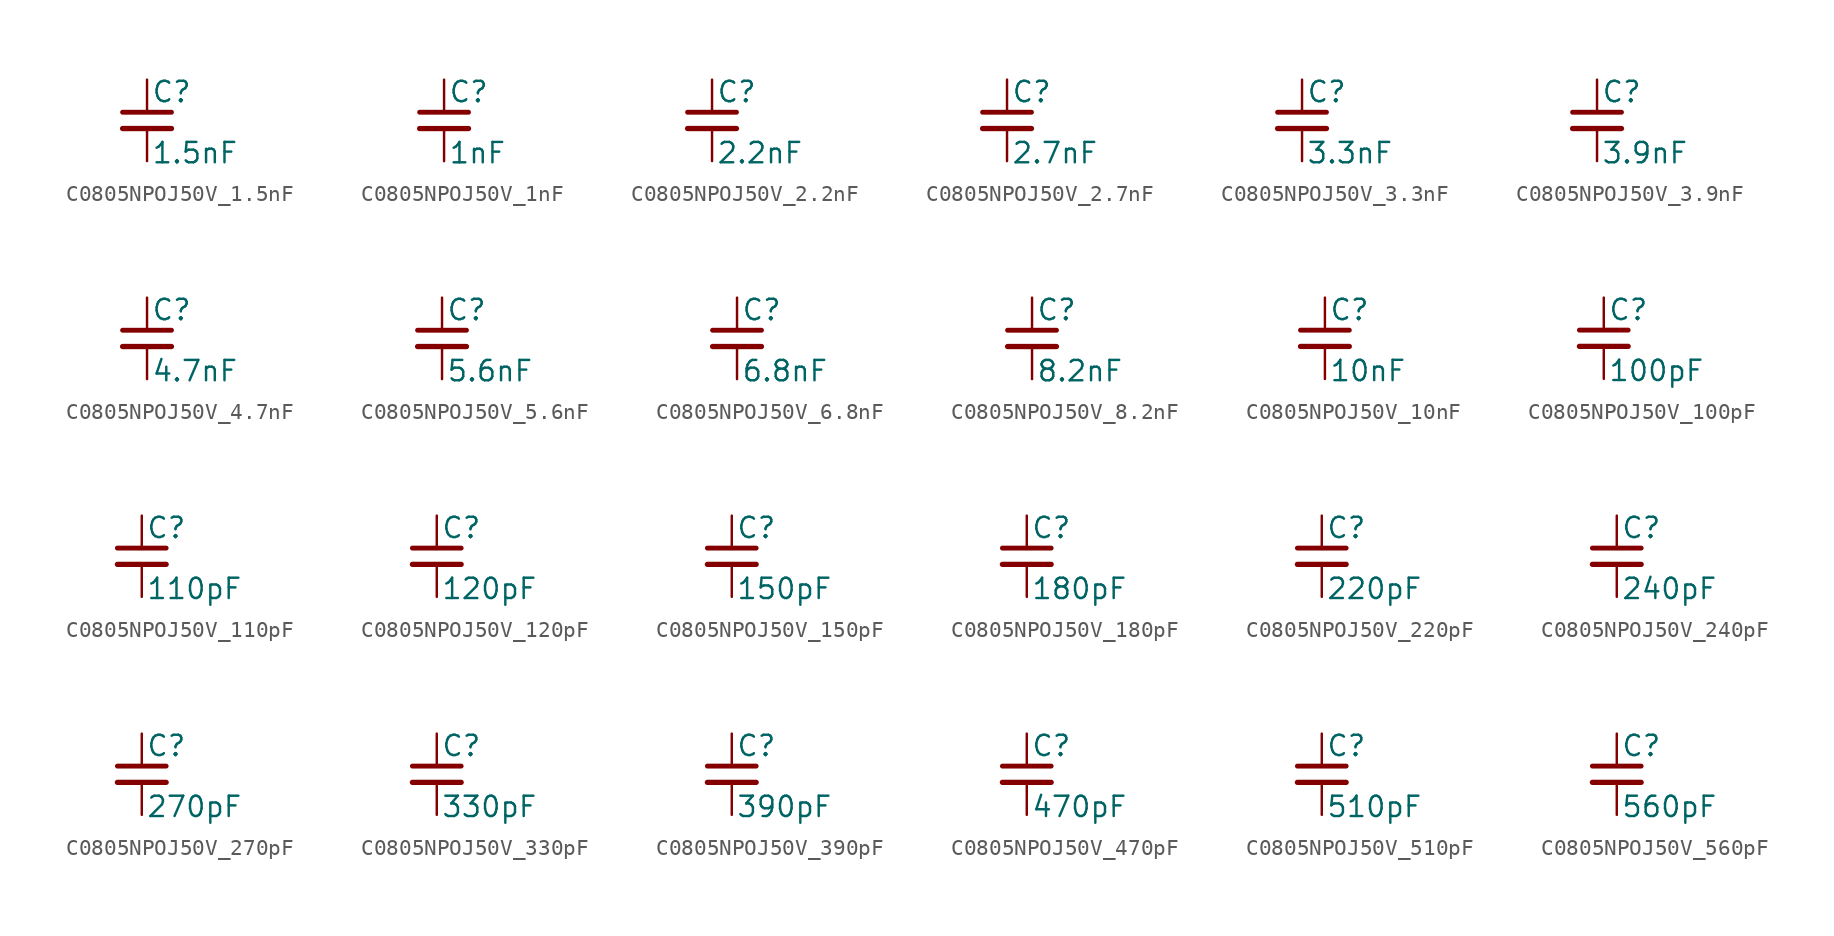
<source format=kicad_sym>
(kicad_symbol_lib
  (version 20220914)
  (generator kicad_symbol_editor)
  (symbol "C0805NPOJ50V_1.5nF"
    (pin_numbers hide)
    (pin_names
      (offset 0.254) hide)
    (property "Reference" "C"
      (at 0.254 1.778 0)
      (effects (font (size 1.27 1.27)) (justify left)))
    (property "Value" "1.5nF"
      (at 0.254 -2.032 0)
      (effects (font (size 1.27 1.27)) (justify left)))
    (symbol "C0805NPOJ50V_1.5nF_0_1"
      (polyline (pts (xy -1.524 -0.508) (xy 1.524 -0.508)) (stroke (width 0.33) (type default)) (fill (type none)))
      (polyline (pts (xy -1.524 0.508) (xy 1.524 0.508)) (stroke (width 0.305) (type default)) (fill (type none))))
    (symbol "C0805NPOJ50V_1.5nF_1_1"
      (pin passive line (at 0 2.54 270) (length 2.032) (name "~" (effects (font (size 1.27 1.27)))) (number "1" (effects (font (size 1.27 1.27)))))
      (pin passive line (at 0 -2.54 90) (length 2.032) (name "~" (effects (font (size 1.27 1.27)))) (number "2" (effects (font (size 1.27 1.27)))))))
  (symbol "C0805NPOJ50V_1nF"
    (pin_numbers hide)
    (pin_names
      (offset 0.254) hide)
    (property "Reference" "C"
      (at 0.254 1.778 0)
      (effects (font (size 1.27 1.27)) (justify left)))
    (property "Value" "1nF"
      (at 0.254 -2.032 0)
      (effects (font (size 1.27 1.27)) (justify left)))
    (symbol "C0805NPOJ50V_1nF_0_1"
      (polyline (pts (xy -1.524 -0.508) (xy 1.524 -0.508)) (stroke (width 0.33) (type default)) (fill (type none)))
      (polyline (pts (xy -1.524 0.508) (xy 1.524 0.508)) (stroke (width 0.305) (type default)) (fill (type none))))
    (symbol "C0805NPOJ50V_1nF_1_1"
      (pin passive line (at 0 2.54 270) (length 2.032) (name "~" (effects (font (size 1.27 1.27)))) (number "1" (effects (font (size 1.27 1.27)))))
      (pin passive line (at 0 -2.54 90) (length 2.032) (name "~" (effects (font (size 1.27 1.27)))) (number "2" (effects (font (size 1.27 1.27)))))))
  (symbol "C0805NPOJ50V_2.2nF"
    (pin_numbers hide)
    (pin_names
      (offset 0.254) hide)
    (property "Reference" "C"
      (at 0.254 1.778 0)
      (effects (font (size 1.27 1.27)) (justify left)))
    (property "Value" "2.2nF"
      (at 0.254 -2.032 0)
      (effects (font (size 1.27 1.27)) (justify left)))
    (symbol "C0805NPOJ50V_2.2nF_0_1"
      (polyline (pts (xy -1.524 -0.508) (xy 1.524 -0.508)) (stroke (width 0.33) (type default)) (fill (type none)))
      (polyline (pts (xy -1.524 0.508) (xy 1.524 0.508)) (stroke (width 0.305) (type default)) (fill (type none))))
    (symbol "C0805NPOJ50V_2.2nF_1_1"
      (pin passive line (at 0 2.54 270) (length 2.032) (name "~" (effects (font (size 1.27 1.27)))) (number "1" (effects (font (size 1.27 1.27)))))
      (pin passive line (at 0 -2.54 90) (length 2.032) (name "~" (effects (font (size 1.27 1.27)))) (number "2" (effects (font (size 1.27 1.27)))))))
  (symbol "C0805NPOJ50V_2.7nF"
    (pin_numbers hide)
    (pin_names
      (offset 0.254) hide)
    (property "Reference" "C"
      (at 0.254 1.778 0)
      (effects (font (size 1.27 1.27)) (justify left)))
    (property "Value" "2.7nF"
      (at 0.254 -2.032 0)
      (effects (font (size 1.27 1.27)) (justify left)))
    (symbol "C0805NPOJ50V_2.7nF_0_1"
      (polyline (pts (xy -1.524 -0.508) (xy 1.524 -0.508)) (stroke (width 0.33) (type default)) (fill (type none)))
      (polyline (pts (xy -1.524 0.508) (xy 1.524 0.508)) (stroke (width 0.305) (type default)) (fill (type none))))
    (symbol "C0805NPOJ50V_2.7nF_1_1"
      (pin passive line (at 0 2.54 270) (length 2.032) (name "~" (effects (font (size 1.27 1.27)))) (number "1" (effects (font (size 1.27 1.27)))))
      (pin passive line (at 0 -2.54 90) (length 2.032) (name "~" (effects (font (size 1.27 1.27)))) (number "2" (effects (font (size 1.27 1.27)))))))
  (symbol "C0805NPOJ50V_3.3nF"
    (pin_numbers hide)
    (pin_names
      (offset 0.254) hide)
    (property "Reference" "C"
      (at 0.254 1.778 0)
      (effects (font (size 1.27 1.27)) (justify left)))
    (property "Value" "3.3nF"
      (at 0.254 -2.032 0)
      (effects (font (size 1.27 1.27)) (justify left)))
    (symbol "C0805NPOJ50V_3.3nF_0_1"
      (polyline (pts (xy -1.524 -0.508) (xy 1.524 -0.508)) (stroke (width 0.33) (type default)) (fill (type none)))
      (polyline (pts (xy -1.524 0.508) (xy 1.524 0.508)) (stroke (width 0.305) (type default)) (fill (type none))))
    (symbol "C0805NPOJ50V_3.3nF_1_1"
      (pin passive line (at 0 2.54 270) (length 2.032) (name "~" (effects (font (size 1.27 1.27)))) (number "1" (effects (font (size 1.27 1.27)))))
      (pin passive line (at 0 -2.54 90) (length 2.032) (name "~" (effects (font (size 1.27 1.27)))) (number "2" (effects (font (size 1.27 1.27)))))))
  (symbol "C0805NPOJ50V_3.9nF"
    (pin_numbers hide)
    (pin_names
      (offset 0.254) hide)
    (property "Reference" "C"
      (at 0.254 1.778 0)
      (effects (font (size 1.27 1.27)) (justify left)))
    (property "Value" "3.9nF"
      (at 0.254 -2.032 0)
      (effects (font (size 1.27 1.27)) (justify left)))
    (symbol "C0805NPOJ50V_3.9nF_0_1"
      (polyline (pts (xy -1.524 -0.508) (xy 1.524 -0.508)) (stroke (width 0.33) (type default)) (fill (type none)))
      (polyline (pts (xy -1.524 0.508) (xy 1.524 0.508)) (stroke (width 0.305) (type default)) (fill (type none))))
    (symbol "C0805NPOJ50V_3.9nF_1_1"
      (pin passive line (at 0 2.54 270) (length 2.032) (name "~" (effects (font (size 1.27 1.27)))) (number "1" (effects (font (size 1.27 1.27)))))
      (pin passive line (at 0 -2.54 90) (length 2.032) (name "~" (effects (font (size 1.27 1.27)))) (number "2" (effects (font (size 1.27 1.27)))))))
  (symbol "C0805NPOJ50V_4.7nF"
    (pin_numbers hide)
    (pin_names
      (offset 0.254) hide)
    (property "Reference" "C"
      (at 0.254 1.778 0)
      (effects (font (size 1.27 1.27)) (justify left)))
    (property "Value" "4.7nF"
      (at 0.254 -2.032 0)
      (effects (font (size 1.27 1.27)) (justify left)))
    (symbol "C0805NPOJ50V_4.7nF_0_1"
      (polyline (pts (xy -1.524 -0.508) (xy 1.524 -0.508)) (stroke (width 0.33) (type default)) (fill (type none)))
      (polyline (pts (xy -1.524 0.508) (xy 1.524 0.508)) (stroke (width 0.305) (type default)) (fill (type none))))
    (symbol "C0805NPOJ50V_4.7nF_1_1"
      (pin passive line (at 0 2.54 270) (length 2.032) (name "~" (effects (font (size 1.27 1.27)))) (number "1" (effects (font (size 1.27 1.27)))))
      (pin passive line (at 0 -2.54 90) (length 2.032) (name "~" (effects (font (size 1.27 1.27)))) (number "2" (effects (font (size 1.27 1.27)))))))
  (symbol "C0805NPOJ50V_5.6nF"
    (pin_numbers hide)
    (pin_names
      (offset 0.254) hide)
    (property "Reference" "C"
      (at 0.254 1.778 0)
      (effects (font (size 1.27 1.27)) (justify left)))
    (property "Value" "5.6nF"
      (at 0.254 -2.032 0)
      (effects (font (size 1.27 1.27)) (justify left)))
    (symbol "C0805NPOJ50V_5.6nF_0_1"
      (polyline (pts (xy -1.524 -0.508) (xy 1.524 -0.508)) (stroke (width 0.33) (type default)) (fill (type none)))
      (polyline (pts (xy -1.524 0.508) (xy 1.524 0.508)) (stroke (width 0.305) (type default)) (fill (type none))))
    (symbol "C0805NPOJ50V_5.6nF_1_1"
      (pin passive line (at 0 2.54 270) (length 2.032) (name "~" (effects (font (size 1.27 1.27)))) (number "1" (effects (font (size 1.27 1.27)))))
      (pin passive line (at 0 -2.54 90) (length 2.032) (name "~" (effects (font (size 1.27 1.27)))) (number "2" (effects (font (size 1.27 1.27)))))))
  (symbol "C0805NPOJ50V_6.8nF"
    (pin_numbers hide)
    (pin_names
      (offset 0.254) hide)
    (property "Reference" "C"
      (at 0.254 1.778 0)
      (effects (font (size 1.27 1.27)) (justify left)))
    (property "Value" "6.8nF"
      (at 0.254 -2.032 0)
      (effects (font (size 1.27 1.27)) (justify left)))
    (symbol "C0805NPOJ50V_6.8nF_0_1"
      (polyline (pts (xy -1.524 -0.508) (xy 1.524 -0.508)) (stroke (width 0.33) (type default)) (fill (type none)))
      (polyline (pts (xy -1.524 0.508) (xy 1.524 0.508)) (stroke (width 0.305) (type default)) (fill (type none))))
    (symbol "C0805NPOJ50V_6.8nF_1_1"
      (pin passive line (at 0 2.54 270) (length 2.032) (name "~" (effects (font (size 1.27 1.27)))) (number "1" (effects (font (size 1.27 1.27)))))
      (pin passive line (at 0 -2.54 90) (length 2.032) (name "~" (effects (font (size 1.27 1.27)))) (number "2" (effects (font (size 1.27 1.27)))))))
  (symbol "C0805NPOJ50V_8.2nF"
    (pin_numbers hide)
    (pin_names
      (offset 0.254) hide)
    (property "Reference" "C"
      (at 0.254 1.778 0)
      (effects (font (size 1.27 1.27)) (justify left)))
    (property "Value" "8.2nF"
      (at 0.254 -2.032 0)
      (effects (font (size 1.27 1.27)) (justify left)))
    (symbol "C0805NPOJ50V_8.2nF_0_1"
      (polyline (pts (xy -1.524 -0.508) (xy 1.524 -0.508)) (stroke (width 0.33) (type default)) (fill (type none)))
      (polyline (pts (xy -1.524 0.508) (xy 1.524 0.508)) (stroke (width 0.305) (type default)) (fill (type none))))
    (symbol "C0805NPOJ50V_8.2nF_1_1"
      (pin passive line (at 0 2.54 270) (length 2.032) (name "~" (effects (font (size 1.27 1.27)))) (number "1" (effects (font (size 1.27 1.27)))))
      (pin passive line (at 0 -2.54 90) (length 2.032) (name "~" (effects (font (size 1.27 1.27)))) (number "2" (effects (font (size 1.27 1.27)))))))
  (symbol "C0805NPOJ50V_10nF"
    (pin_numbers hide)
    (pin_names
      (offset 0.254) hide)
    (property "Reference" "C"
      (at 0.254 1.778 0)
      (effects (font (size 1.27 1.27)) (justify left)))
    (property "Value" "10nF"
      (at 0.254 -2.032 0)
      (effects (font (size 1.27 1.27)) (justify left)))
    (symbol "C0805NPOJ50V_10nF_0_1"
      (polyline (pts (xy -1.524 -0.508) (xy 1.524 -0.508)) (stroke (width 0.33) (type default)) (fill (type none)))
      (polyline (pts (xy -1.524 0.508) (xy 1.524 0.508)) (stroke (width 0.305) (type default)) (fill (type none))))
    (symbol "C0805NPOJ50V_10nF_1_1"
      (pin passive line (at 0 2.54 270) (length 2.032) (name "~" (effects (font (size 1.27 1.27)))) (number "1" (effects (font (size 1.27 1.27)))))
      (pin passive line (at 0 -2.54 90) (length 2.032) (name "~" (effects (font (size 1.27 1.27)))) (number "2" (effects (font (size 1.27 1.27)))))))
  (symbol "C0805NPOJ50V_100pF"
    (pin_numbers hide)
    (pin_names
      (offset 0.254) hide)
    (property "Reference" "C"
      (at 0.254 1.778 0)
      (effects (font (size 1.27 1.27)) (justify left)))
    (property "Value" "100pF"
      (at 0.254 -2.032 0)
      (effects (font (size 1.27 1.27)) (justify left)))
    (symbol "C0805NPOJ50V_100pF_0_1"
      (polyline (pts (xy -1.524 -0.508) (xy 1.524 -0.508)) (stroke (width 0.33) (type default)) (fill (type none)))
      (polyline (pts (xy -1.524 0.508) (xy 1.524 0.508)) (stroke (width 0.305) (type default)) (fill (type none))))
    (symbol "C0805NPOJ50V_100pF_1_1"
      (pin passive line (at 0 2.54 270) (length 2.032) (name "~" (effects (font (size 1.27 1.27)))) (number "1" (effects (font (size 1.27 1.27)))))
      (pin passive line (at 0 -2.54 90) (length 2.032) (name "~" (effects (font (size 1.27 1.27)))) (number "2" (effects (font (size 1.27 1.27)))))))
  (symbol "C0805NPOJ50V_110pF"
    (pin_numbers hide)
    (pin_names
      (offset 0.254) hide)
    (property "Reference" "C"
      (at 0.254 1.778 0)
      (effects (font (size 1.27 1.27)) (justify left)))
    (property "Value" "110pF"
      (at 0.254 -2.032 0)
      (effects (font (size 1.27 1.27)) (justify left)))
    (symbol "C0805NPOJ50V_110pF_0_1"
      (polyline (pts (xy -1.524 -0.508) (xy 1.524 -0.508)) (stroke (width 0.33) (type default)) (fill (type none)))
      (polyline (pts (xy -1.524 0.508) (xy 1.524 0.508)) (stroke (width 0.305) (type default)) (fill (type none))))
    (symbol "C0805NPOJ50V_110pF_1_1"
      (pin passive line (at 0 2.54 270) (length 2.032) (name "~" (effects (font (size 1.27 1.27)))) (number "1" (effects (font (size 1.27 1.27)))))
      (pin passive line (at 0 -2.54 90) (length 2.032) (name "~" (effects (font (size 1.27 1.27)))) (number "2" (effects (font (size 1.27 1.27)))))))
  (symbol "C0805NPOJ50V_120pF"
    (pin_numbers hide)
    (pin_names
      (offset 0.254) hide)
    (property "Reference" "C"
      (at 0.254 1.778 0)
      (effects (font (size 1.27 1.27)) (justify left)))
    (property "Value" "120pF"
      (at 0.254 -2.032 0)
      (effects (font (size 1.27 1.27)) (justify left)))
    (symbol "C0805NPOJ50V_120pF_0_1"
      (polyline (pts (xy -1.524 -0.508) (xy 1.524 -0.508)) (stroke (width 0.33) (type default)) (fill (type none)))
      (polyline (pts (xy -1.524 0.508) (xy 1.524 0.508)) (stroke (width 0.305) (type default)) (fill (type none))))
    (symbol "C0805NPOJ50V_120pF_1_1"
      (pin passive line (at 0 2.54 270) (length 2.032) (name "~" (effects (font (size 1.27 1.27)))) (number "1" (effects (font (size 1.27 1.27)))))
      (pin passive line (at 0 -2.54 90) (length 2.032) (name "~" (effects (font (size 1.27 1.27)))) (number "2" (effects (font (size 1.27 1.27)))))))
  (symbol "C0805NPOJ50V_150pF"
    (pin_numbers hide)
    (pin_names
      (offset 0.254) hide)
    (property "Reference" "C"
      (at 0.254 1.778 0)
      (effects (font (size 1.27 1.27)) (justify left)))
    (property "Value" "150pF"
      (at 0.254 -2.032 0)
      (effects (font (size 1.27 1.27)) (justify left)))
    (symbol "C0805NPOJ50V_150pF_0_1"
      (polyline (pts (xy -1.524 -0.508) (xy 1.524 -0.508)) (stroke (width 0.33) (type default)) (fill (type none)))
      (polyline (pts (xy -1.524 0.508) (xy 1.524 0.508)) (stroke (width 0.305) (type default)) (fill (type none))))
    (symbol "C0805NPOJ50V_150pF_1_1"
      (pin passive line (at 0 2.54 270) (length 2.032) (name "~" (effects (font (size 1.27 1.27)))) (number "1" (effects (font (size 1.27 1.27)))))
      (pin passive line (at 0 -2.54 90) (length 2.032) (name "~" (effects (font (size 1.27 1.27)))) (number "2" (effects (font (size 1.27 1.27)))))))
  (symbol "C0805NPOJ50V_180pF"
    (pin_numbers hide)
    (pin_names
      (offset 0.254) hide)
    (property "Reference" "C"
      (at 0.254 1.778 0)
      (effects (font (size 1.27 1.27)) (justify left)))
    (property "Value" "180pF"
      (at 0.254 -2.032 0)
      (effects (font (size 1.27 1.27)) (justify left)))
    (symbol "C0805NPOJ50V_180pF_0_1"
      (polyline (pts (xy -1.524 -0.508) (xy 1.524 -0.508)) (stroke (width 0.33) (type default)) (fill (type none)))
      (polyline (pts (xy -1.524 0.508) (xy 1.524 0.508)) (stroke (width 0.305) (type default)) (fill (type none))))
    (symbol "C0805NPOJ50V_180pF_1_1"
      (pin passive line (at 0 2.54 270) (length 2.032) (name "~" (effects (font (size 1.27 1.27)))) (number "1" (effects (font (size 1.27 1.27)))))
      (pin passive line (at 0 -2.54 90) (length 2.032) (name "~" (effects (font (size 1.27 1.27)))) (number "2" (effects (font (size 1.27 1.27)))))))
  (symbol "C0805NPOJ50V_220pF"
    (pin_numbers hide)
    (pin_names
      (offset 0.254) hide)
    (property "Reference" "C"
      (at 0.254 1.778 0)
      (effects (font (size 1.27 1.27)) (justify left)))
    (property "Value" "220pF"
      (at 0.254 -2.032 0)
      (effects (font (size 1.27 1.27)) (justify left)))
    (symbol "C0805NPOJ50V_220pF_0_1"
      (polyline (pts (xy -1.524 -0.508) (xy 1.524 -0.508)) (stroke (width 0.33) (type default)) (fill (type none)))
      (polyline (pts (xy -1.524 0.508) (xy 1.524 0.508)) (stroke (width 0.305) (type default)) (fill (type none))))
    (symbol "C0805NPOJ50V_220pF_1_1"
      (pin passive line (at 0 2.54 270) (length 2.032) (name "~" (effects (font (size 1.27 1.27)))) (number "1" (effects (font (size 1.27 1.27)))))
      (pin passive line (at 0 -2.54 90) (length 2.032) (name "~" (effects (font (size 1.27 1.27)))) (number "2" (effects (font (size 1.27 1.27)))))))
  (symbol "C0805NPOJ50V_240pF"
    (pin_numbers hide)
    (pin_names
      (offset 0.254) hide)
    (property "Reference" "C"
      (at 0.254 1.778 0)
      (effects (font (size 1.27 1.27)) (justify left)))
    (property "Value" "240pF"
      (at 0.254 -2.032 0)
      (effects (font (size 1.27 1.27)) (justify left)))
    (symbol "C0805NPOJ50V_240pF_0_1"
      (polyline (pts (xy -1.524 -0.508) (xy 1.524 -0.508)) (stroke (width 0.33) (type default)) (fill (type none)))
      (polyline (pts (xy -1.524 0.508) (xy 1.524 0.508)) (stroke (width 0.305) (type default)) (fill (type none))))
    (symbol "C0805NPOJ50V_240pF_1_1"
      (pin passive line (at 0 2.54 270) (length 2.032) (name "~" (effects (font (size 1.27 1.27)))) (number "1" (effects (font (size 1.27 1.27)))))
      (pin passive line (at 0 -2.54 90) (length 2.032) (name "~" (effects (font (size 1.27 1.27)))) (number "2" (effects (font (size 1.27 1.27)))))))
  (symbol "C0805NPOJ50V_270pF"
    (pin_numbers hide)
    (pin_names
      (offset 0.254) hide)
    (property "Reference" "C"
      (at 0.254 1.778 0)
      (effects (font (size 1.27 1.27)) (justify left)))
    (property "Value" "270pF"
      (at 0.254 -2.032 0)
      (effects (font (size 1.27 1.27)) (justify left)))
    (symbol "C0805NPOJ50V_270pF_0_1"
      (polyline (pts (xy -1.524 -0.508) (xy 1.524 -0.508)) (stroke (width 0.33) (type default)) (fill (type none)))
      (polyline (pts (xy -1.524 0.508) (xy 1.524 0.508)) (stroke (width 0.305) (type default)) (fill (type none))))
    (symbol "C0805NPOJ50V_270pF_1_1"
      (pin passive line (at 0 2.54 270) (length 2.032) (name "~" (effects (font (size 1.27 1.27)))) (number "1" (effects (font (size 1.27 1.27)))))
      (pin passive line (at 0 -2.54 90) (length 2.032) (name "~" (effects (font (size 1.27 1.27)))) (number "2" (effects (font (size 1.27 1.27)))))))
  (symbol "C0805NPOJ50V_330pF"
    (pin_numbers hide)
    (pin_names
      (offset 0.254) hide)
    (property "Reference" "C"
      (at 0.254 1.778 0)
      (effects (font (size 1.27 1.27)) (justify left)))
    (property "Value" "330pF"
      (at 0.254 -2.032 0)
      (effects (font (size 1.27 1.27)) (justify left)))
    (symbol "C0805NPOJ50V_330pF_0_1"
      (polyline (pts (xy -1.524 -0.508) (xy 1.524 -0.508)) (stroke (width 0.33) (type default)) (fill (type none)))
      (polyline (pts (xy -1.524 0.508) (xy 1.524 0.508)) (stroke (width 0.305) (type default)) (fill (type none))))
    (symbol "C0805NPOJ50V_330pF_1_1"
      (pin passive line (at 0 2.54 270) (length 2.032) (name "~" (effects (font (size 1.27 1.27)))) (number "1" (effects (font (size 1.27 1.27)))))
      (pin passive line (at 0 -2.54 90) (length 2.032) (name "~" (effects (font (size 1.27 1.27)))) (number "2" (effects (font (size 1.27 1.27)))))))
  (symbol "C0805NPOJ50V_390pF"
    (pin_numbers hide)
    (pin_names
      (offset 0.254) hide)
    (property "Reference" "C"
      (at 0.254 1.778 0)
      (effects (font (size 1.27 1.27)) (justify left)))
    (property "Value" "390pF"
      (at 0.254 -2.032 0)
      (effects (font (size 1.27 1.27)) (justify left)))
    (symbol "C0805NPOJ50V_390pF_0_1"
      (polyline (pts (xy -1.524 -0.508) (xy 1.524 -0.508)) (stroke (width 0.33) (type default)) (fill (type none)))
      (polyline (pts (xy -1.524 0.508) (xy 1.524 0.508)) (stroke (width 0.305) (type default)) (fill (type none))))
    (symbol "C0805NPOJ50V_390pF_1_1"
      (pin passive line (at 0 2.54 270) (length 2.032) (name "~" (effects (font (size 1.27 1.27)))) (number "1" (effects (font (size 1.27 1.27)))))
      (pin passive line (at 0 -2.54 90) (length 2.032) (name "~" (effects (font (size 1.27 1.27)))) (number "2" (effects (font (size 1.27 1.27)))))))
  (symbol "C0805NPOJ50V_470pF"
    (pin_numbers hide)
    (pin_names
      (offset 0.254) hide)
    (property "Reference" "C"
      (at 0.254 1.778 0)
      (effects (font (size 1.27 1.27)) (justify left)))
    (property "Value" "470pF"
      (at 0.254 -2.032 0)
      (effects (font (size 1.27 1.27)) (justify left)))
    (symbol "C0805NPOJ50V_470pF_0_1"
      (polyline (pts (xy -1.524 -0.508) (xy 1.524 -0.508)) (stroke (width 0.33) (type default)) (fill (type none)))
      (polyline (pts (xy -1.524 0.508) (xy 1.524 0.508)) (stroke (width 0.305) (type default)) (fill (type none))))
    (symbol "C0805NPOJ50V_470pF_1_1"
      (pin passive line (at 0 2.54 270) (length 2.032) (name "~" (effects (font (size 1.27 1.27)))) (number "1" (effects (font (size 1.27 1.27)))))
      (pin passive line (at 0 -2.54 90) (length 2.032) (name "~" (effects (font (size 1.27 1.27)))) (number "2" (effects (font (size 1.27 1.27)))))))
  (symbol "C0805NPOJ50V_510pF"
    (pin_numbers hide)
    (pin_names
      (offset 0.254) hide)
    (property "Reference" "C"
      (at 0.254 1.778 0)
      (effects (font (size 1.27 1.27)) (justify left)))
    (property "Value" "510pF"
      (at 0.254 -2.032 0)
      (effects (font (size 1.27 1.27)) (justify left)))
    (symbol "C0805NPOJ50V_510pF_0_1"
      (polyline (pts (xy -1.524 -0.508) (xy 1.524 -0.508)) (stroke (width 0.33) (type default)) (fill (type none)))
      (polyline (pts (xy -1.524 0.508) (xy 1.524 0.508)) (stroke (width 0.305) (type default)) (fill (type none))))
    (symbol "C0805NPOJ50V_510pF_1_1"
      (pin passive line (at 0 2.54 270) (length 2.032) (name "~" (effects (font (size 1.27 1.27)))) (number "1" (effects (font (size 1.27 1.27)))))
      (pin passive line (at 0 -2.54 90) (length 2.032) (name "~" (effects (font (size 1.27 1.27)))) (number "2" (effects (font (size 1.27 1.27)))))))
  (symbol "C0805NPOJ50V_560pF"
    (pin_numbers hide)
    (pin_names
      (offset 0.254) hide)
    (property "Reference" "C"
      (at 0.254 1.778 0)
      (effects (font (size 1.27 1.27)) (justify left)))
    (property "Value" "560pF"
      (at 0.254 -2.032 0)
      (effects (font (size 1.27 1.27)) (justify left)))
    (symbol "C0805NPOJ50V_560pF_0_1"
      (polyline (pts (xy -1.524 -0.508) (xy 1.524 -0.508)) (stroke (width 0.33) (type default)) (fill (type none)))
      (polyline (pts (xy -1.524 0.508) (xy 1.524 0.508)) (stroke (width 0.305) (type default)) (fill (type none))))
    (symbol "C0805NPOJ50V_560pF_1_1"
      (pin passive line (at 0 2.54 270) (length 2.032) (name "~" (effects (font (size 1.27 1.27)))) (number "1" (effects (font (size 1.27 1.27)))))
      (pin passive line (at 0 -2.54 90) (length 2.032) (name "~" (effects (font (size 1.27 1.27)))) (number "2" (effects (font (size 1.27 1.27))))))))
</source>
